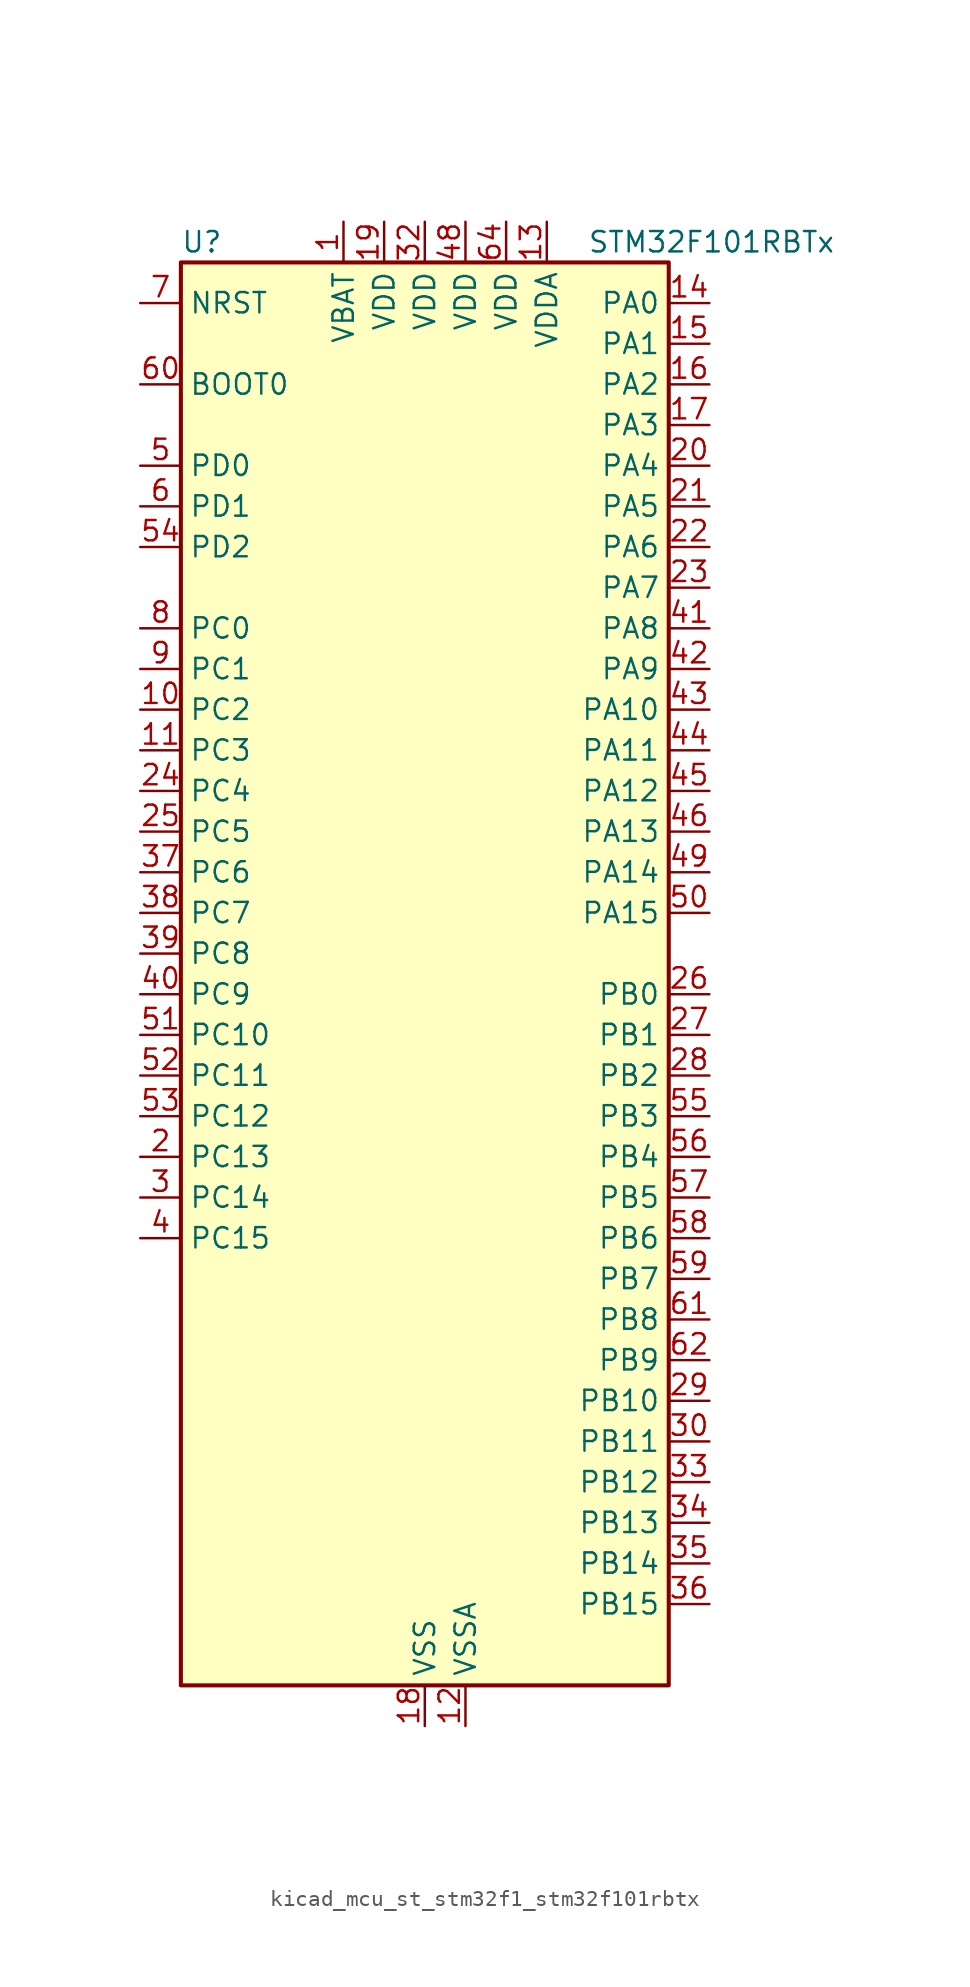
<source format=kicad_sym>
(kicad_symbol_lib
  (version 20220914)
  (generator kicad_symbol_editor)
  (symbol "kicad_mcu_st_stm32f1_stm32f101rbtx"
    (property "Reference" "U"
      (at -15.24 46.99 0)
      (effects (font (size 1.27 1.27)) (justify left)))
    (property "Value" "STM32F101RBTx"
      (at 10.16 46.99 0)
      (effects (font (size 1.27 1.27)) (justify left)))
    (property "ki_locked" ""
      (at 0 0 0)
      (effects (font (size 1.27 1.27))))
    (symbol "kicad_mcu_st_stm32f1_stm32f101rbtx_0_1"
      (rectangle (start -15.24 -43.18) (end 15.24 45.72) (stroke (width 0.254) (type default)) (fill (type background))))
    (symbol "kicad_mcu_st_stm32f1_stm32f101rbtx_1_1"
      (pin power_in line (at -5.08 48.26 270) (length 2.54) (name "VBAT" (effects (font (size 1.27 1.27)))) (number "1" (effects (font (size 1.27 1.27)))))
      (pin bidirectional line (at -17.78 17.78 0) (length 2.54) (name "PC2" (effects (font (size 1.27 1.27)))) (number "10" (effects (font (size 1.27 1.27)))) (alternate "ADC1_IN12" bidirectional line))
      (pin bidirectional line (at -17.78 15.24 0) (length 2.54) (name "PC3" (effects (font (size 1.27 1.27)))) (number "11" (effects (font (size 1.27 1.27)))) (alternate "ADC1_IN13" bidirectional line))
      (pin power_in line (at 2.54 -45.72 90) (length 2.54) (name "VSSA" (effects (font (size 1.27 1.27)))) (number "12" (effects (font (size 1.27 1.27)))))
      (pin power_in line (at 7.62 48.26 270) (length 2.54) (name "VDDA" (effects (font (size 1.27 1.27)))) (number "13" (effects (font (size 1.27 1.27)))))
      (pin bidirectional line (at 17.78 43.18 180) (length 2.54) (name "PA0" (effects (font (size 1.27 1.27)))) (number "14" (effects (font (size 1.27 1.27)))) (alternate "ADC1_IN0" bidirectional line) (alternate "SYS_WKUP" bidirectional line) (alternate "TIM2_CH1" bidirectional line) (alternate "TIM2_ETR" bidirectional line) (alternate "USART2_CTS" bidirectional line))
      (pin bidirectional line (at 17.78 40.64 180) (length 2.54) (name "PA1" (effects (font (size 1.27 1.27)))) (number "15" (effects (font (size 1.27 1.27)))) (alternate "ADC1_IN1" bidirectional line) (alternate "TIM2_CH2" bidirectional line) (alternate "USART2_RTS" bidirectional line))
      (pin bidirectional line (at 17.78 38.1 180) (length 2.54) (name "PA2" (effects (font (size 1.27 1.27)))) (number "16" (effects (font (size 1.27 1.27)))) (alternate "ADC1_IN2" bidirectional line) (alternate "TIM2_CH3" bidirectional line) (alternate "USART2_TX" bidirectional line))
      (pin bidirectional line (at 17.78 35.56 180) (length 2.54) (name "PA3" (effects (font (size 1.27 1.27)))) (number "17" (effects (font (size 1.27 1.27)))) (alternate "ADC1_IN3" bidirectional line) (alternate "TIM2_CH4" bidirectional line) (alternate "USART2_RX" bidirectional line))
      (pin power_in line (at 0 -45.72 90) (length 2.54) (name "VSS" (effects (font (size 1.27 1.27)))) (number "18" (effects (font (size 1.27 1.27)))))
      (pin power_in line (at -2.54 48.26 270) (length 2.54) (name "VDD" (effects (font (size 1.27 1.27)))) (number "19" (effects (font (size 1.27 1.27)))))
      (pin bidirectional line (at -17.78 -10.16 0) (length 2.54) (name "PC13" (effects (font (size 1.27 1.27)))) (number "2" (effects (font (size 1.27 1.27)))) (alternate "RTC_OUT" bidirectional line) (alternate "RTC_TAMPER" bidirectional line))
      (pin bidirectional line (at 17.78 33.02 180) (length 2.54) (name "PA4" (effects (font (size 1.27 1.27)))) (number "20" (effects (font (size 1.27 1.27)))) (alternate "ADC1_IN4" bidirectional line) (alternate "SPI1_NSS" bidirectional line) (alternate "USART2_CK" bidirectional line))
      (pin bidirectional line (at 17.78 30.48 180) (length 2.54) (name "PA5" (effects (font (size 1.27 1.27)))) (number "21" (effects (font (size 1.27 1.27)))) (alternate "ADC1_IN5" bidirectional line) (alternate "SPI1_SCK" bidirectional line))
      (pin bidirectional line (at 17.78 27.94 180) (length 2.54) (name "PA6" (effects (font (size 1.27 1.27)))) (number "22" (effects (font (size 1.27 1.27)))) (alternate "ADC1_IN6" bidirectional line) (alternate "SPI1_MISO" bidirectional line) (alternate "TIM3_CH1" bidirectional line))
      (pin bidirectional line (at 17.78 25.4 180) (length 2.54) (name "PA7" (effects (font (size 1.27 1.27)))) (number "23" (effects (font (size 1.27 1.27)))) (alternate "ADC1_IN7" bidirectional line) (alternate "SPI1_MOSI" bidirectional line) (alternate "TIM3_CH2" bidirectional line))
      (pin bidirectional line (at -17.78 12.7 0) (length 2.54) (name "PC4" (effects (font (size 1.27 1.27)))) (number "24" (effects (font (size 1.27 1.27)))) (alternate "ADC1_IN14" bidirectional line))
      (pin bidirectional line (at -17.78 10.16 0) (length 2.54) (name "PC5" (effects (font (size 1.27 1.27)))) (number "25" (effects (font (size 1.27 1.27)))) (alternate "ADC1_IN15" bidirectional line))
      (pin bidirectional line (at 17.78 0 180) (length 2.54) (name "PB0" (effects (font (size 1.27 1.27)))) (number "26" (effects (font (size 1.27 1.27)))) (alternate "ADC1_IN8" bidirectional line) (alternate "TIM3_CH3" bidirectional line))
      (pin bidirectional line (at 17.78 -2.54 180) (length 2.54) (name "PB1" (effects (font (size 1.27 1.27)))) (number "27" (effects (font (size 1.27 1.27)))) (alternate "ADC1_IN9" bidirectional line) (alternate "TIM3_CH4" bidirectional line))
      (pin bidirectional line (at 17.78 -5.08 180) (length 2.54) (name "PB2" (effects (font (size 1.27 1.27)))) (number "28" (effects (font (size 1.27 1.27)))))
      (pin bidirectional line (at 17.78 -25.4 180) (length 2.54) (name "PB10" (effects (font (size 1.27 1.27)))) (number "29" (effects (font (size 1.27 1.27)))) (alternate "I2C2_SCL" bidirectional line) (alternate "TIM2_CH3" bidirectional line) (alternate "USART3_TX" bidirectional line))
      (pin bidirectional line (at -17.78 -12.7 0) (length 2.54) (name "PC14" (effects (font (size 1.27 1.27)))) (number "3" (effects (font (size 1.27 1.27)))) (alternate "RCC_OSC32_IN" bidirectional line))
      (pin bidirectional line (at 17.78 -27.94 180) (length 2.54) (name "PB11" (effects (font (size 1.27 1.27)))) (number "30" (effects (font (size 1.27 1.27)))) (alternate "ADC1_EXTI11" bidirectional line) (alternate "I2C2_SDA" bidirectional line) (alternate "TIM2_CH4" bidirectional line) (alternate "USART3_RX" bidirectional line))
      (pin passive line (at 0 -45.72 90) (length 2.54) hide (name "VSS" (effects (font (size 1.27 1.27)))) (number "31" (effects (font (size 1.27 1.27)))))
      (pin power_in line (at 0 48.26 270) (length 2.54) (name "VDD" (effects (font (size 1.27 1.27)))) (number "32" (effects (font (size 1.27 1.27)))))
      (pin bidirectional line (at 17.78 -30.48 180) (length 2.54) (name "PB12" (effects (font (size 1.27 1.27)))) (number "33" (effects (font (size 1.27 1.27)))) (alternate "I2C2_SMBA" bidirectional line) (alternate "SPI2_NSS" bidirectional line) (alternate "USART3_CK" bidirectional line))
      (pin bidirectional line (at 17.78 -33.02 180) (length 2.54) (name "PB13" (effects (font (size 1.27 1.27)))) (number "34" (effects (font (size 1.27 1.27)))) (alternate "SPI2_SCK" bidirectional line) (alternate "USART3_CTS" bidirectional line))
      (pin bidirectional line (at 17.78 -35.56 180) (length 2.54) (name "PB14" (effects (font (size 1.27 1.27)))) (number "35" (effects (font (size 1.27 1.27)))) (alternate "SPI2_MISO" bidirectional line) (alternate "USART3_RTS" bidirectional line))
      (pin bidirectional line (at 17.78 -38.1 180) (length 2.54) (name "PB15" (effects (font (size 1.27 1.27)))) (number "36" (effects (font (size 1.27 1.27)))) (alternate "ADC1_EXTI15" bidirectional line) (alternate "SPI2_MOSI" bidirectional line))
      (pin bidirectional line (at -17.78 7.62 0) (length 2.54) (name "PC6" (effects (font (size 1.27 1.27)))) (number "37" (effects (font (size 1.27 1.27)))) (alternate "TIM3_CH1" bidirectional line))
      (pin bidirectional line (at -17.78 5.08 0) (length 2.54) (name "PC7" (effects (font (size 1.27 1.27)))) (number "38" (effects (font (size 1.27 1.27)))) (alternate "TIM3_CH2" bidirectional line))
      (pin bidirectional line (at -17.78 2.54 0) (length 2.54) (name "PC8" (effects (font (size 1.27 1.27)))) (number "39" (effects (font (size 1.27 1.27)))) (alternate "TIM3_CH3" bidirectional line))
      (pin bidirectional line (at -17.78 -15.24 0) (length 2.54) (name "PC15" (effects (font (size 1.27 1.27)))) (number "4" (effects (font (size 1.27 1.27)))) (alternate "ADC1_EXTI15" bidirectional line) (alternate "RCC_OSC32_OUT" bidirectional line))
      (pin bidirectional line (at -17.78 0 0) (length 2.54) (name "PC9" (effects (font (size 1.27 1.27)))) (number "40" (effects (font (size 1.27 1.27)))) (alternate "TIM3_CH4" bidirectional line))
      (pin bidirectional line (at 17.78 22.86 180) (length 2.54) (name "PA8" (effects (font (size 1.27 1.27)))) (number "41" (effects (font (size 1.27 1.27)))) (alternate "RCC_MCO" bidirectional line) (alternate "USART1_CK" bidirectional line))
      (pin bidirectional line (at 17.78 20.32 180) (length 2.54) (name "PA9" (effects (font (size 1.27 1.27)))) (number "42" (effects (font (size 1.27 1.27)))) (alternate "USART1_TX" bidirectional line))
      (pin bidirectional line (at 17.78 17.78 180) (length 2.54) (name "PA10" (effects (font (size 1.27 1.27)))) (number "43" (effects (font (size 1.27 1.27)))) (alternate "USART1_RX" bidirectional line))
      (pin bidirectional line (at 17.78 15.24 180) (length 2.54) (name "PA11" (effects (font (size 1.27 1.27)))) (number "44" (effects (font (size 1.27 1.27)))) (alternate "ADC1_EXTI11" bidirectional line) (alternate "USART1_CTS" bidirectional line))
      (pin bidirectional line (at 17.78 12.7 180) (length 2.54) (name "PA12" (effects (font (size 1.27 1.27)))) (number "45" (effects (font (size 1.27 1.27)))) (alternate "USART1_RTS" bidirectional line))
      (pin bidirectional line (at 17.78 10.16 180) (length 2.54) (name "PA13" (effects (font (size 1.27 1.27)))) (number "46" (effects (font (size 1.27 1.27)))) (alternate "SYS_JTMS-SWDIO" bidirectional line))
      (pin passive line (at 0 -45.72 90) (length 2.54) hide (name "VSS" (effects (font (size 1.27 1.27)))) (number "47" (effects (font (size 1.27 1.27)))))
      (pin power_in line (at 2.54 48.26 270) (length 2.54) (name "VDD" (effects (font (size 1.27 1.27)))) (number "48" (effects (font (size 1.27 1.27)))))
      (pin bidirectional line (at 17.78 7.62 180) (length 2.54) (name "PA14" (effects (font (size 1.27 1.27)))) (number "49" (effects (font (size 1.27 1.27)))) (alternate "SYS_JTCK-SWCLK" bidirectional line))
      (pin bidirectional line (at -17.78 33.02 0) (length 2.54) (name "PD0" (effects (font (size 1.27 1.27)))) (number "5" (effects (font (size 1.27 1.27)))) (alternate "RCC_OSC_IN" bidirectional line))
      (pin bidirectional line (at 17.78 5.08 180) (length 2.54) (name "PA15" (effects (font (size 1.27 1.27)))) (number "50" (effects (font (size 1.27 1.27)))) (alternate "ADC1_EXTI15" bidirectional line) (alternate "SPI1_NSS" bidirectional line) (alternate "SYS_JTDI" bidirectional line) (alternate "TIM2_CH1" bidirectional line) (alternate "TIM2_ETR" bidirectional line))
      (pin bidirectional line (at -17.78 -2.54 0) (length 2.54) (name "PC10" (effects (font (size 1.27 1.27)))) (number "51" (effects (font (size 1.27 1.27)))) (alternate "USART3_TX" bidirectional line))
      (pin bidirectional line (at -17.78 -5.08 0) (length 2.54) (name "PC11" (effects (font (size 1.27 1.27)))) (number "52" (effects (font (size 1.27 1.27)))) (alternate "ADC1_EXTI11" bidirectional line) (alternate "USART3_RX" bidirectional line))
      (pin bidirectional line (at -17.78 -7.62 0) (length 2.54) (name "PC12" (effects (font (size 1.27 1.27)))) (number "53" (effects (font (size 1.27 1.27)))) (alternate "USART3_CK" bidirectional line))
      (pin bidirectional line (at -17.78 27.94 0) (length 2.54) (name "PD2" (effects (font (size 1.27 1.27)))) (number "54" (effects (font (size 1.27 1.27)))) (alternate "TIM3_ETR" bidirectional line))
      (pin bidirectional line (at 17.78 -7.62 180) (length 2.54) (name "PB3" (effects (font (size 1.27 1.27)))) (number "55" (effects (font (size 1.27 1.27)))) (alternate "SPI1_SCK" bidirectional line) (alternate "SYS_JTDO-TRACESWO" bidirectional line) (alternate "TIM2_CH2" bidirectional line))
      (pin bidirectional line (at 17.78 -10.16 180) (length 2.54) (name "PB4" (effects (font (size 1.27 1.27)))) (number "56" (effects (font (size 1.27 1.27)))) (alternate "SPI1_MISO" bidirectional line) (alternate "SYS_NJTRST" bidirectional line) (alternate "TIM3_CH1" bidirectional line))
      (pin bidirectional line (at 17.78 -12.7 180) (length 2.54) (name "PB5" (effects (font (size 1.27 1.27)))) (number "57" (effects (font (size 1.27 1.27)))) (alternate "I2C1_SMBA" bidirectional line) (alternate "SPI1_MOSI" bidirectional line) (alternate "TIM3_CH2" bidirectional line))
      (pin bidirectional line (at 17.78 -15.24 180) (length 2.54) (name "PB6" (effects (font (size 1.27 1.27)))) (number "58" (effects (font (size 1.27 1.27)))) (alternate "I2C1_SCL" bidirectional line) (alternate "TIM4_CH1" bidirectional line) (alternate "USART1_TX" bidirectional line))
      (pin bidirectional line (at 17.78 -17.78 180) (length 2.54) (name "PB7" (effects (font (size 1.27 1.27)))) (number "59" (effects (font (size 1.27 1.27)))) (alternate "I2C1_SDA" bidirectional line) (alternate "TIM4_CH2" bidirectional line) (alternate "USART1_RX" bidirectional line))
      (pin bidirectional line (at -17.78 30.48 0) (length 2.54) (name "PD1" (effects (font (size 1.27 1.27)))) (number "6" (effects (font (size 1.27 1.27)))) (alternate "RCC_OSC_OUT" bidirectional line))
      (pin input line (at -17.78 38.1 0) (length 2.54) (name "BOOT0" (effects (font (size 1.27 1.27)))) (number "60" (effects (font (size 1.27 1.27)))))
      (pin bidirectional line (at 17.78 -20.32 180) (length 2.54) (name "PB8" (effects (font (size 1.27 1.27)))) (number "61" (effects (font (size 1.27 1.27)))) (alternate "I2C1_SCL" bidirectional line) (alternate "TIM4_CH3" bidirectional line))
      (pin bidirectional line (at 17.78 -22.86 180) (length 2.54) (name "PB9" (effects (font (size 1.27 1.27)))) (number "62" (effects (font (size 1.27 1.27)))) (alternate "I2C1_SDA" bidirectional line) (alternate "TIM4_CH4" bidirectional line))
      (pin passive line (at 0 -45.72 90) (length 2.54) hide (name "VSS" (effects (font (size 1.27 1.27)))) (number "63" (effects (font (size 1.27 1.27)))))
      (pin power_in line (at 5.08 48.26 270) (length 2.54) (name "VDD" (effects (font (size 1.27 1.27)))) (number "64" (effects (font (size 1.27 1.27)))))
      (pin input line (at -17.78 43.18 0) (length 2.54) (name "NRST" (effects (font (size 1.27 1.27)))) (number "7" (effects (font (size 1.27 1.27)))))
      (pin bidirectional line (at -17.78 22.86 0) (length 2.54) (name "PC0" (effects (font (size 1.27 1.27)))) (number "8" (effects (font (size 1.27 1.27)))) (alternate "ADC1_IN10" bidirectional line))
      (pin bidirectional line (at -17.78 20.32 0) (length 2.54) (name "PC1" (effects (font (size 1.27 1.27)))) (number "9" (effects (font (size 1.27 1.27)))) (alternate "ADC1_IN11" bidirectional line)))))
</source>
